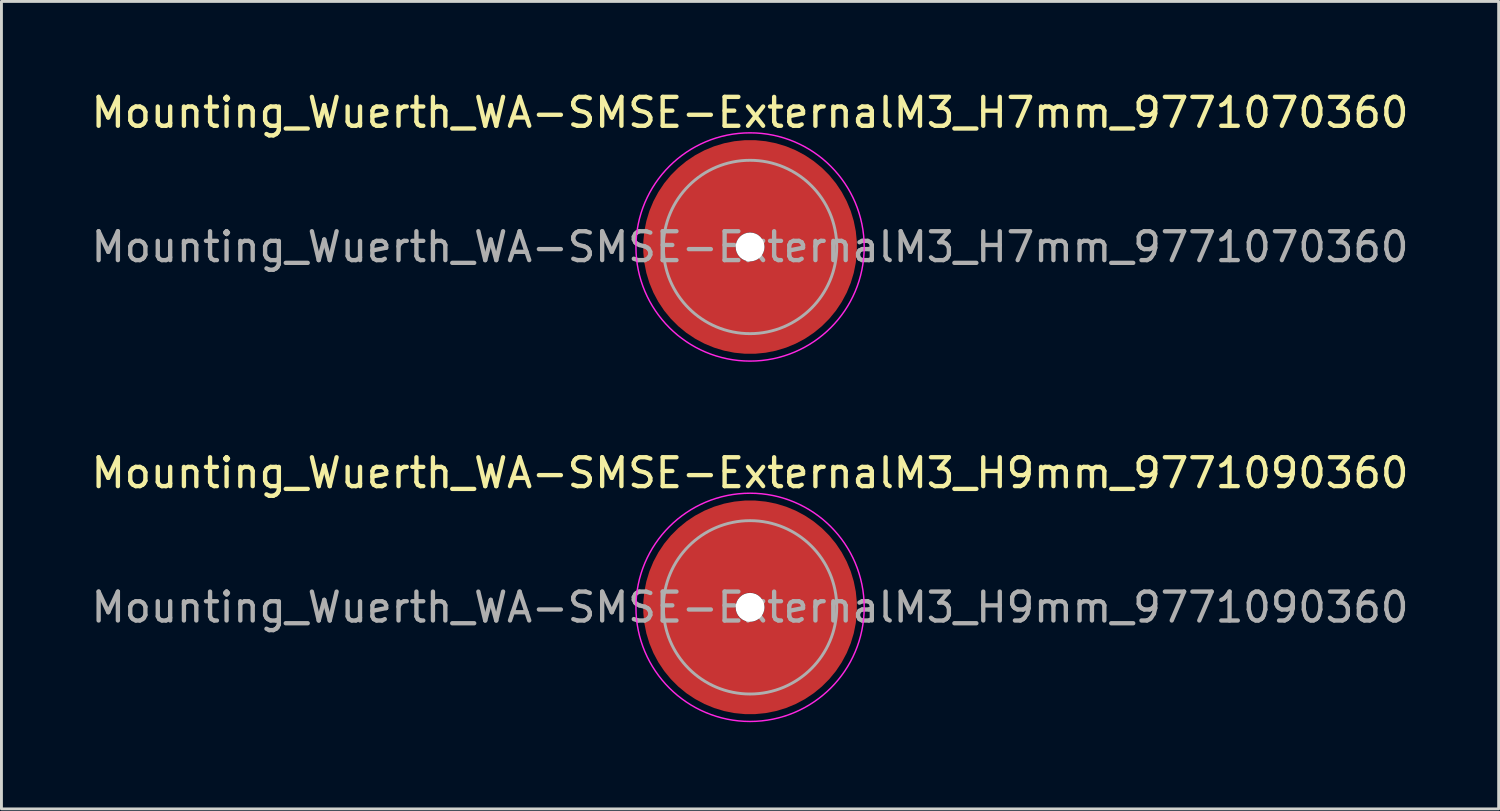
<source format=kicad_pcb>
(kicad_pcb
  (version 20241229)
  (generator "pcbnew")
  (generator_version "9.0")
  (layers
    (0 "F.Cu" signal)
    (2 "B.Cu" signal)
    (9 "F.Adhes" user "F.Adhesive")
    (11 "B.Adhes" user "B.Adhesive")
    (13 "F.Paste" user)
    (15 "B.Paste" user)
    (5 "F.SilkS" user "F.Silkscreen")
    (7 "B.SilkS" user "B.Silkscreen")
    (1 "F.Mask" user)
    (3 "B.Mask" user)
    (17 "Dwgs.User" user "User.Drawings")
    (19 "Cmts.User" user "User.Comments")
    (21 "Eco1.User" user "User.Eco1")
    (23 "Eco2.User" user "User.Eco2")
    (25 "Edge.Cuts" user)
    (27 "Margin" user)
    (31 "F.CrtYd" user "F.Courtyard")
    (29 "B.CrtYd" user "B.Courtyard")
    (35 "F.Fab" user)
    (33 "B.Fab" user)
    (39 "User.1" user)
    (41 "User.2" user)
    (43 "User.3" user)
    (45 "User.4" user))
  (footprint "Mounting_Wuerth_WA-SMSE-ExternalM3_H9mm_9771090360"
    (layer "F.Cu")
    (at 22.911 17.971)
    (property "Reference" "Mounting_Wuerth_WA-SMSE-ExternalM3_H9mm_9771090360" (at 0 -4.65 0) (layer "F.SilkS") (effects (font (size 1 1) (thickness 0.15))))
    (attr smd allow_soldermask_bridges)
    (fp_circle (center 0 0) (end 3.95 0) (stroke (width 0.05) (type solid)) (fill no) (layer "F.CrtYd"))
    (fp_circle (center 0 0) (end 3 0) (stroke (width 0.1) (type solid)) (fill no) (layer "F.Fab"))
    (fp_text user "${REFERENCE}" (at 0 0 0) (layer "F.Fab") (effects (font (size 1 1) (thickness 0.15))))
    (pad "" smd custom (at 0 -2.1) (size 1.5 1.5) (layers "F.Paste") (options (anchor circle)) (primitives (gr_arc (start -0.305123 1.47) (mid 0.371762 1.506879) (end 0.7 2.1) (width 0.2)) (gr_arc (start -0.493052 1.47) (mid 0.350399 1.380819) (end 0.8 2.1) (width 0.2)) (gr_arc (start -0.642729 1.47) (mid 0.340253 1.266797) (end 0.9 2.1) (width 0.2)) (gr_arc (start -0.776595 1.47) (mid 0.334219 1.157505) (end 1 2.1) (width 0.2)) (gr_arc (start -0.901721 1.47) (mid 0.330233 1.05074) (end 1.1 2.1) (width 0.2)) (gr_arc (start -1.021323 1.47) (mid 0.327424 0.945533) (end 1.2 2.1) (width 0.2)) (gr_arc (start -1.137146 1.47) (mid 0.325354 0.841372) (end 1.3 2.1) (width 0.2)) (gr_arc (start -1.25024 1.47) (mid 0.323778 0.737954) (end 1.4 2.1) (width 0.2)) (gr_arc (start -1.361286 1.47) (mid 0.322545 0.635089) (end 1.5 2.1) (width 0.2)) (gr_arc (start -1.470748 1.47) (mid 0.321561 0.532646) (end 1.6 2.1) (width 0.2)) (gr_arc (start -1.578955 1.47) (mid 0.320762 0.430535) (end 1.7 2.1) (width 0.2)) (gr_arc (start -1.686149 1.47) (mid 0.320102 0.328691) (end 1.8 2.1) (width 0.2)) (gr_arc (start -1.792512 1.47) (mid 0.319552 0.227065) (end 1.9 2.1) (width 0.2)) (gr_arc (start -1.898183 1.47) (mid 0.319087 0.125618) (end 2 2.1) (width 0.2)) (gr_arc (start -2.003272 1.47) (mid 0.318691 0.024323) (end 2.1 2.1) (width 0.2)) (gr_arc (start -2.107866 1.47) (mid 0.318351 -0.076845) (end 2.2 2.1) (width 0.2)) (gr_arc (start -2.212035 1.47) (mid 0.318056 -0.177903) (end 2.3 2.1) (width 0.2)) (gr_arc (start -2.315837 1.47) (mid 0.317798 -0.278866) (end 2.4 2.1) (width 0.2)) (gr_arc (start -2.419318 1.47) (mid 0.317573 -0.379747) (end 2.5 2.1) (width 0.2)) (gr_arc (start -2.522519 1.47) (mid 0.317373 -0.480557) (end 2.6 2.1) (width 0.2)) (gr_arc (start -2.625471 1.47) (mid 0.317197 -0.581303) (end 2.7 2.1) (width 0.2)) (gr_arc (start -2.728205 1.47) (mid 0.317039 -0.681993) (end 2.8 2.1) (width 0.2)) (gr_arc (start -2.830742 1.47) (mid 0.316898 -0.782633) (end 2.9 2.1) (width 0.2)) (gr_arc (start -2.933104 1.47) (mid 0.316771 -0.883229) (end 3 2.1) (width 0.2)) (gr_arc (start -3.035309 1.47) (mid 0.316656 -0.983785) (end 3.1 2.1) (width 0.2)) (gr_arc (start -3.137372 1.47) (mid 0.316553 -1.084304) (end 3.2 2.1) (width 0.2)) (gr_arc (start -3.239305 1.47) (mid 0.316458 -1.184791) (end 3.3 2.1) (width 0.2)) (gr_arc (start -3.341123 1.47) (mid 0.316373 -1.285249) (end 3.4 2.1) (width 0.2)) (gr_arc (start -3.442833 1.47) (mid 0.316294 -1.385679) (end 3.5 2.1) (width 0.2)) (gr_line (start 0.7 2.1) (end 3.5 2.1) (width 0.2)) (gr_line (start -0.305 1.47) (end -3.443 1.47) (width 0.2))))
    (pad "" np_thru_hole circle (at 0 0) (size 1 1) (drill 1) (layers "*.Cu" "*.Mask"))
    (pad "" smd custom (at 0 2.1) (size 1.5 1.5) (layers "F.Paste") (options (anchor circle)) (primitives (gr_arc (start 0.305123 -1.47) (mid -0.371762 -1.506879) (end -0.7 -2.1) (width 0.2)) (gr_arc (start 0.493052 -1.47) (mid -0.350399 -1.380819) (end -0.8 -2.1) (width 0.2)) (gr_arc (start 0.642729 -1.47) (mid -0.340253 -1.266797) (end -0.9 -2.1) (width 0.2)) (gr_arc (start 0.776595 -1.47) (mid -0.334219 -1.157505) (end -1 -2.1) (width 0.2)) (gr_arc (start 0.901721 -1.47) (mid -0.330233 -1.05074) (end -1.1 -2.1) (width 0.2)) (gr_arc (start 1.021323 -1.47) (mid -0.327424 -0.945533) (end -1.2 -2.1) (width 0.2)) (gr_arc (start 1.137146 -1.47) (mid -0.325354 -0.841372) (end -1.3 -2.1) (width 0.2)) (gr_arc (start 1.25024 -1.47) (mid -0.323778 -0.737954) (end -1.4 -2.1) (width 0.2)) (gr_arc (start 1.361286 -1.47) (mid -0.322545 -0.635089) (end -1.5 -2.1) (width 0.2)) (gr_arc (start 1.470748 -1.47) (mid -0.321561 -0.532646) (end -1.6 -2.1) (width 0.2)) (gr_arc (start 1.578955 -1.47) (mid -0.320762 -0.430535) (end -1.7 -2.1) (width 0.2)) (gr_arc (start 1.686149 -1.47) (mid -0.320102 -0.328691) (end -1.8 -2.1) (width 0.2)) (gr_arc (start 1.792512 -1.47) (mid -0.319552 -0.227065) (end -1.9 -2.1) (width 0.2)) (gr_arc (start 1.898183 -1.47) (mid -0.319087 -0.125618) (end -2 -2.1) (width 0.2)) (gr_arc (start 2.003272 -1.47) (mid -0.318691 -0.024323) (end -2.1 -2.1) (width 0.2)) (gr_arc (start 2.107866 -1.47) (mid -0.318351 0.076845) (end -2.2 -2.1) (width 0.2)) (gr_arc (start 2.212035 -1.47) (mid -0.318056 0.177903) (end -2.3 -2.1) (width 0.2)) (gr_arc (start 2.315837 -1.47) (mid -0.317798 0.278866) (end -2.4 -2.1) (width 0.2)) (gr_arc (start 2.419318 -1.47) (mid -0.317573 0.379747) (end -2.5 -2.1) (width 0.2)) (gr_arc (start 2.522519 -1.47) (mid -0.317373 0.480557) (end -2.6 -2.1) (width 0.2)) (gr_arc (start 2.625471 -1.47) (mid -0.317197 0.581303) (end -2.7 -2.1) (width 0.2)) (gr_arc (start 2.728205 -1.47) (mid -0.317039 0.681993) (end -2.8 -2.1) (width 0.2)) (gr_arc (start 2.830742 -1.47) (mid -0.316898 0.782633) (end -2.9 -2.1) (width 0.2)) (gr_arc (start 2.933104 -1.47) (mid -0.316771 0.883229) (end -3 -2.1) (width 0.2)) (gr_arc (start 3.035309 -1.47) (mid -0.316656 0.983785) (end -3.1 -2.1) (width 0.2)) (gr_arc (start 3.137372 -1.47) (mid -0.316553 1.084304) (end -3.2 -2.1) (width 0.2)) (gr_arc (start 3.239305 -1.47) (mid -0.316458 1.184791) (end -3.3 -2.1) (width 0.2)) (gr_arc (start 3.341123 -1.47) (mid -0.316373 1.285249) (end -3.4 -2.1) (width 0.2)) (gr_arc (start 3.442833 -1.47) (mid -0.316294 1.385679) (end -3.5 -2.1) (width 0.2)) (gr_line (start -0.7 -2.1) (end -3.5 -2.1) (width 0.2)) (gr_line (start 0.305 -1.47) (end 3.443 -1.47) (width 0.2))))
    (pad "1" smd circle (at -2.1 0) (size 2.692 2.692) (layers "F.Cu"))
    (pad "1" smd circle (at 0 -2.1) (size 2.692 2.692) (layers "F.Cu"))
    (pad "1" smd circle (at 0 2.1) (size 2.692 2.692) (layers "F.Cu"))
    (pad "1" smd custom (at 2.1 0) (size 3.2 3.2) (layers "F.Cu" "F.Mask") (options (anchor circle)) (primitives (gr_circle (center -2.1 0) (end 0 0) (width 3.2) (fill no)))))
  (footprint "Mounting_Wuerth_WA-SMSE-ExternalM3_H7mm_9771070360"
    (layer "F.Cu")
    (at 22.911 5.498)
    (property "Reference" "Mounting_Wuerth_WA-SMSE-ExternalM3_H7mm_9771070360" (at 0 -4.65 0) (layer "F.SilkS") (effects (font (size 1 1) (thickness 0.15))))
    (attr smd allow_soldermask_bridges)
    (fp_circle (center 0 0) (end 3.95 0) (stroke (width 0.05) (type solid)) (fill no) (layer "F.CrtYd"))
    (fp_circle (center 0 0) (end 3 0) (stroke (width 0.1) (type solid)) (fill no) (layer "F.Fab"))
    (fp_text user "${REFERENCE}" (at 0 0 0) (layer "F.Fab") (effects (font (size 1 1) (thickness 0.15))))
    (pad "" smd custom (at 0 -2.1) (size 1.5 1.5) (layers "F.Paste") (options (anchor circle)) (primitives (gr_arc (start -0.305123 1.47) (mid 0.371762 1.506879) (end 0.7 2.1) (width 0.2)) (gr_arc (start -0.493052 1.47) (mid 0.350399 1.380819) (end 0.8 2.1) (width 0.2)) (gr_arc (start -0.642729 1.47) (mid 0.340253 1.266797) (end 0.9 2.1) (width 0.2)) (gr_arc (start -0.776595 1.47) (mid 0.334219 1.157505) (end 1 2.1) (width 0.2)) (gr_arc (start -0.901721 1.47) (mid 0.330233 1.05074) (end 1.1 2.1) (width 0.2)) (gr_arc (start -1.021323 1.47) (mid 0.327424 0.945533) (end 1.2 2.1) (width 0.2)) (gr_arc (start -1.137146 1.47) (mid 0.325354 0.841372) (end 1.3 2.1) (width 0.2)) (gr_arc (start -1.25024 1.47) (mid 0.323778 0.737954) (end 1.4 2.1) (width 0.2)) (gr_arc (start -1.361286 1.47) (mid 0.322545 0.635089) (end 1.5 2.1) (width 0.2)) (gr_arc (start -1.470748 1.47) (mid 0.321561 0.532646) (end 1.6 2.1) (width 0.2)) (gr_arc (start -1.578955 1.47) (mid 0.320762 0.430535) (end 1.7 2.1) (width 0.2)) (gr_arc (start -1.686149 1.47) (mid 0.320102 0.328691) (end 1.8 2.1) (width 0.2)) (gr_arc (start -1.792512 1.47) (mid 0.319552 0.227065) (end 1.9 2.1) (width 0.2)) (gr_arc (start -1.898183 1.47) (mid 0.319087 0.125618) (end 2 2.1) (width 0.2)) (gr_arc (start -2.003272 1.47) (mid 0.318691 0.024323) (end 2.1 2.1) (width 0.2)) (gr_arc (start -2.107866 1.47) (mid 0.318351 -0.076845) (end 2.2 2.1) (width 0.2)) (gr_arc (start -2.212035 1.47) (mid 0.318056 -0.177903) (end 2.3 2.1) (width 0.2)) (gr_arc (start -2.315837 1.47) (mid 0.317798 -0.278866) (end 2.4 2.1) (width 0.2)) (gr_arc (start -2.419318 1.47) (mid 0.317573 -0.379747) (end 2.5 2.1) (width 0.2)) (gr_arc (start -2.522519 1.47) (mid 0.317373 -0.480557) (end 2.6 2.1) (width 0.2)) (gr_arc (start -2.625471 1.47) (mid 0.317197 -0.581303) (end 2.7 2.1) (width 0.2)) (gr_arc (start -2.728205 1.47) (mid 0.317039 -0.681993) (end 2.8 2.1) (width 0.2)) (gr_arc (start -2.830742 1.47) (mid 0.316898 -0.782633) (end 2.9 2.1) (width 0.2)) (gr_arc (start -2.933104 1.47) (mid 0.316771 -0.883229) (end 3 2.1) (width 0.2)) (gr_arc (start -3.035309 1.47) (mid 0.316656 -0.983785) (end 3.1 2.1) (width 0.2)) (gr_arc (start -3.137372 1.47) (mid 0.316553 -1.084304) (end 3.2 2.1) (width 0.2)) (gr_arc (start -3.239305 1.47) (mid 0.316458 -1.184791) (end 3.3 2.1) (width 0.2)) (gr_arc (start -3.341123 1.47) (mid 0.316373 -1.285249) (end 3.4 2.1) (width 0.2)) (gr_arc (start -3.442833 1.47) (mid 0.316294 -1.385679) (end 3.5 2.1) (width 0.2)) (gr_line (start 0.7 2.1) (end 3.5 2.1) (width 0.2)) (gr_line (start -0.305 1.47) (end -3.443 1.47) (width 0.2))))
    (pad "" np_thru_hole circle (at 0 0) (size 1 1) (drill 1) (layers "*.Cu" "*.Mask"))
    (pad "" smd custom (at 0 2.1) (size 1.5 1.5) (layers "F.Paste") (options (anchor circle)) (primitives (gr_arc (start 0.305123 -1.47) (mid -0.371762 -1.506879) (end -0.7 -2.1) (width 0.2)) (gr_arc (start 0.493052 -1.47) (mid -0.350399 -1.380819) (end -0.8 -2.1) (width 0.2)) (gr_arc (start 0.642729 -1.47) (mid -0.340253 -1.266797) (end -0.9 -2.1) (width 0.2)) (gr_arc (start 0.776595 -1.47) (mid -0.334219 -1.157505) (end -1 -2.1) (width 0.2)) (gr_arc (start 0.901721 -1.47) (mid -0.330233 -1.05074) (end -1.1 -2.1) (width 0.2)) (gr_arc (start 1.021323 -1.47) (mid -0.327424 -0.945533) (end -1.2 -2.1) (width 0.2)) (gr_arc (start 1.137146 -1.47) (mid -0.325354 -0.841372) (end -1.3 -2.1) (width 0.2)) (gr_arc (start 1.25024 -1.47) (mid -0.323778 -0.737954) (end -1.4 -2.1) (width 0.2)) (gr_arc (start 1.361286 -1.47) (mid -0.322545 -0.635089) (end -1.5 -2.1) (width 0.2)) (gr_arc (start 1.470748 -1.47) (mid -0.321561 -0.532646) (end -1.6 -2.1) (width 0.2)) (gr_arc (start 1.578955 -1.47) (mid -0.320762 -0.430535) (end -1.7 -2.1) (width 0.2)) (gr_arc (start 1.686149 -1.47) (mid -0.320102 -0.328691) (end -1.8 -2.1) (width 0.2)) (gr_arc (start 1.792512 -1.47) (mid -0.319552 -0.227065) (end -1.9 -2.1) (width 0.2)) (gr_arc (start 1.898183 -1.47) (mid -0.319087 -0.125618) (end -2 -2.1) (width 0.2)) (gr_arc (start 2.003272 -1.47) (mid -0.318691 -0.024323) (end -2.1 -2.1) (width 0.2)) (gr_arc (start 2.107866 -1.47) (mid -0.318351 0.076845) (end -2.2 -2.1) (width 0.2)) (gr_arc (start 2.212035 -1.47) (mid -0.318056 0.177903) (end -2.3 -2.1) (width 0.2)) (gr_arc (start 2.315837 -1.47) (mid -0.317798 0.278866) (end -2.4 -2.1) (width 0.2)) (gr_arc (start 2.419318 -1.47) (mid -0.317573 0.379747) (end -2.5 -2.1) (width 0.2)) (gr_arc (start 2.522519 -1.47) (mid -0.317373 0.480557) (end -2.6 -2.1) (width 0.2)) (gr_arc (start 2.625471 -1.47) (mid -0.317197 0.581303) (end -2.7 -2.1) (width 0.2)) (gr_arc (start 2.728205 -1.47) (mid -0.317039 0.681993) (end -2.8 -2.1) (width 0.2)) (gr_arc (start 2.830742 -1.47) (mid -0.316898 0.782633) (end -2.9 -2.1) (width 0.2)) (gr_arc (start 2.933104 -1.47) (mid -0.316771 0.883229) (end -3 -2.1) (width 0.2)) (gr_arc (start 3.035309 -1.47) (mid -0.316656 0.983785) (end -3.1 -2.1) (width 0.2)) (gr_arc (start 3.137372 -1.47) (mid -0.316553 1.084304) (end -3.2 -2.1) (width 0.2)) (gr_arc (start 3.239305 -1.47) (mid -0.316458 1.184791) (end -3.3 -2.1) (width 0.2)) (gr_arc (start 3.341123 -1.47) (mid -0.316373 1.285249) (end -3.4 -2.1) (width 0.2)) (gr_arc (start 3.442833 -1.47) (mid -0.316294 1.385679) (end -3.5 -2.1) (width 0.2)) (gr_line (start -0.7 -2.1) (end -3.5 -2.1) (width 0.2)) (gr_line (start 0.305 -1.47) (end 3.443 -1.47) (width 0.2))))
    (pad "1" smd circle (at -2.1 0) (size 2.692 2.692) (layers "F.Cu"))
    (pad "1" smd circle (at 0 -2.1) (size 2.692 2.692) (layers "F.Cu"))
    (pad "1" smd circle (at 0 2.1) (size 2.692 2.692) (layers "F.Cu"))
    (pad "1" smd custom (at 2.1 0) (size 3.2 3.2) (layers "F.Cu" "F.Mask") (options (anchor circle)) (primitives (gr_circle (center -2.1 0) (end 0 0) (width 3.2) (fill no)))))
  (gr_rect
    (start -3 -3)
    (end 48.821 24.947)
    (stroke (width 0.1) (type default))
    (fill no)
    (layer "Edge.Cuts")))
</source>
